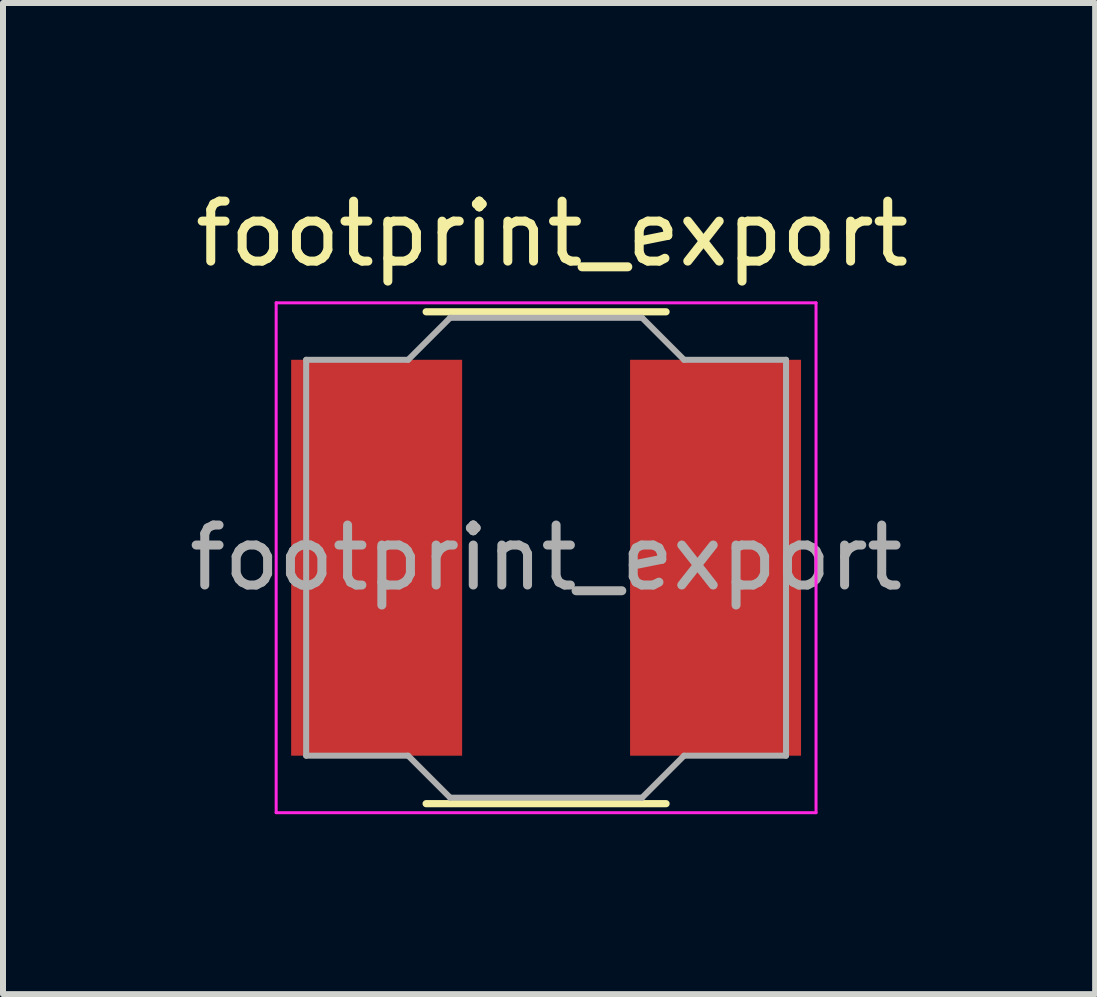
<source format=kicad_pcb>
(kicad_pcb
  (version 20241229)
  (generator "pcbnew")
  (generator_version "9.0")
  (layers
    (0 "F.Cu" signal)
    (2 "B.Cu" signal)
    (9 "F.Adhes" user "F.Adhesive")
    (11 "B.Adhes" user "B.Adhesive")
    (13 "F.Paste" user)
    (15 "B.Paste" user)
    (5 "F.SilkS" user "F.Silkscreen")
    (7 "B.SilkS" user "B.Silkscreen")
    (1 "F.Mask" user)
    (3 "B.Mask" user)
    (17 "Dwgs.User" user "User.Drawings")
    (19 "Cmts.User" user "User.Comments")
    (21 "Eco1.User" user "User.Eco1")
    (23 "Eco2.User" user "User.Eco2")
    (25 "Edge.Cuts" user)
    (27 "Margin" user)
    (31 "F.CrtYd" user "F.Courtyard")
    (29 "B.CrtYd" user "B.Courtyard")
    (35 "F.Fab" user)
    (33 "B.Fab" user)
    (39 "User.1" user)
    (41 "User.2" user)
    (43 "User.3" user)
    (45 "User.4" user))
  (footprint "footprint_export"
    (layer "F.Cu")
    (at 6.054 6.248)
    (property "Reference" "footprint_export" (at 0.1 -5.4 180) (layer "F.SilkS") (effects (font (size 1 1) (thickness 0.15))))
    (attr smd)
    (fp_line (start 2 -4.1) (end -2 -4.1) (stroke (width 0.12) (type solid)) (layer "F.SilkS"))
    (fp_line (start 2 4.1) (end -2 4.1) (stroke (width 0.12) (type solid)) (layer "F.SilkS"))
    (fp_line (start -4.5 -4.25) (end -4.5 4.25) (stroke (width 0.05) (type solid)) (layer "F.CrtYd"))
    (fp_line (start -4.5 4.25) (end 4.5 4.25) (stroke (width 0.05) (type solid)) (layer "F.CrtYd"))
    (fp_line (start 4.5 -4.25) (end -4.5 -4.25) (stroke (width 0.05) (type solid)) (layer "F.CrtYd"))
    (fp_line (start 4.5 4.25) (end 4.5 -4.25) (stroke (width 0.05) (type solid)) (layer "F.CrtYd"))
    (fp_line (start -4 3.3) (end -4 -3.3) (stroke (width 0.1) (type solid)) (layer "F.Fab"))
    (fp_line (start -2.3 -3.3) (end -4 -3.3) (stroke (width 0.1) (type solid)) (layer "F.Fab"))
    (fp_line (start -2.3 3.3) (end -4 3.3) (stroke (width 0.1) (type solid)) (layer "F.Fab"))
    (fp_line (start -1.6 -4) (end -2.3 -3.3) (stroke (width 0.1) (type solid)) (layer "F.Fab"))
    (fp_line (start -1.6 4) (end -2.3 3.3) (stroke (width 0.1) (type solid)) (layer "F.Fab"))
    (fp_line (start 1.6 -4) (end -1.6 -4) (stroke (width 0.1) (type solid)) (layer "F.Fab"))
    (fp_line (start 1.6 -4) (end 2.3 -3.3) (stroke (width 0.1) (type solid)) (layer "F.Fab"))
    (fp_line (start 1.6 4) (end -1.6 4) (stroke (width 0.1) (type solid)) (layer "F.Fab"))
    (fp_line (start 1.6 4) (end 2.3 3.3) (stroke (width 0.1) (type solid)) (layer "F.Fab"))
    (fp_line (start 2.3 -3.3) (end 4 -3.3) (stroke (width 0.1) (type solid)) (layer "F.Fab"))
    (fp_line (start 2.3 3.3) (end 4 3.3) (stroke (width 0.1) (type solid)) (layer "F.Fab"))
    (fp_line (start 4 -3.3) (end 4 3.3) (stroke (width 0.1) (type solid)) (layer "F.Fab"))
    (fp_text user "${REFERENCE}" (at 0 0 0) (layer "F.Fab") (effects (font (size 1 1) (thickness 0.15))))
    (pad "1" smd rect (at -2.825 0 270) (size 6.6 2.85) (layers "F.Cu" "F.Mask" "F.Paste"))
    (pad "2" smd rect (at 2.825 0 270) (size 6.6 2.85) (layers "F.Cu" "F.Mask" "F.Paste")))
  (gr_rect
    (start -3 -3)
    (end 15.207 13.523)
    (stroke (width 0.1) (type default))
    (fill no)
    (layer "Edge.Cuts")))
</source>
